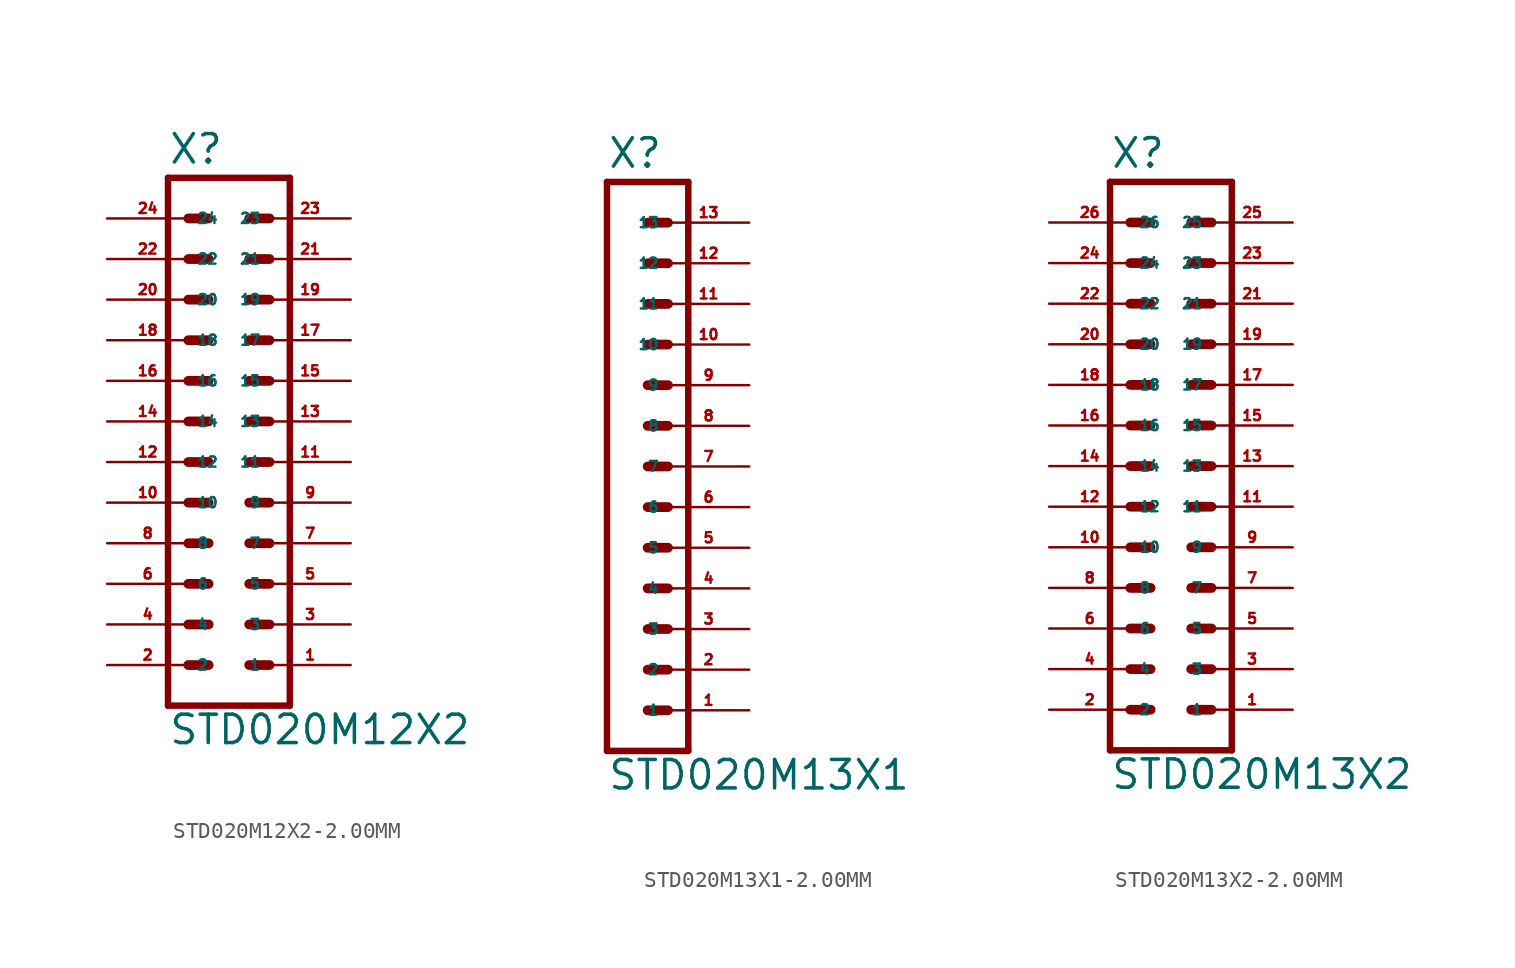
<source format=kicad_sym>
(kicad_symbol_lib
  (version 20220914)
  (generator Eagle2Kicad)
  (symbol "STD020M12X2-2.00MM"
    (property "Reference" "X"
      (at -3.81 18.542 0)
      (effects (font (size 1.778 1.778) (thickness 0.22)) (justify left bottom)))
    (property "Value" "STD020M12X2"
      (at -3.81 -17.78 0)
      (effects (font (size 1.778 1.778) (thickness 0.22)) (justify left bottom)))
    (polyline
      (pts (xy 3.81 -15.24) (xy -3.81 -15.24))
      (stroke (width 0.406) (type default))
      (fill (type none)))
    (polyline
      (pts (xy 1.27 -7.62) (xy 2.54 -7.62))
      (stroke (width 0.61) (type default))
      (fill (type none)))
    (polyline
      (pts (xy 1.27 -10.16) (xy 2.54 -10.16))
      (stroke (width 0.61) (type default))
      (fill (type none)))
    (polyline
      (pts (xy 1.27 -12.7) (xy 2.54 -12.7))
      (stroke (width 0.61) (type default))
      (fill (type none)))
    (polyline
      (pts (xy -2.54 -7.62) (xy -1.27 -7.62))
      (stroke (width 0.61) (type default))
      (fill (type none)))
    (polyline
      (pts (xy -2.54 -10.16) (xy -1.27 -10.16))
      (stroke (width 0.61) (type default))
      (fill (type none)))
    (polyline
      (pts (xy -2.54 -12.7) (xy -1.27 -12.7))
      (stroke (width 0.61) (type default))
      (fill (type none)))
    (polyline
      (pts (xy 1.27 -2.54) (xy 2.54 -2.54))
      (stroke (width 0.61) (type default))
      (fill (type none)))
    (polyline
      (pts (xy 1.27 -5.08) (xy 2.54 -5.08))
      (stroke (width 0.61) (type default))
      (fill (type none)))
    (polyline
      (pts (xy -2.54 -2.54) (xy -1.27 -2.54))
      (stroke (width 0.61) (type default))
      (fill (type none)))
    (polyline
      (pts (xy -2.54 -5.08) (xy -1.27 -5.08))
      (stroke (width 0.61) (type default))
      (fill (type none)))
    (polyline
      (pts (xy 1.27 5.08) (xy 2.54 5.08))
      (stroke (width 0.61) (type default))
      (fill (type none)))
    (polyline
      (pts (xy 1.27 2.54) (xy 2.54 2.54))
      (stroke (width 0.61) (type default))
      (fill (type none)))
    (polyline
      (pts (xy 1.27 0) (xy 2.54 0))
      (stroke (width 0.61) (type default))
      (fill (type none)))
    (polyline
      (pts (xy -2.54 5.08) (xy -1.27 5.08))
      (stroke (width 0.61) (type default))
      (fill (type none)))
    (polyline
      (pts (xy -2.54 2.54) (xy -1.27 2.54))
      (stroke (width 0.61) (type default))
      (fill (type none)))
    (polyline
      (pts (xy -2.54 0) (xy -1.27 0))
      (stroke (width 0.61) (type default))
      (fill (type none)))
    (polyline
      (pts (xy 1.27 10.16) (xy 2.54 10.16))
      (stroke (width 0.61) (type default))
      (fill (type none)))
    (polyline
      (pts (xy 1.27 7.62) (xy 2.54 7.62))
      (stroke (width 0.61) (type default))
      (fill (type none)))
    (polyline
      (pts (xy -2.54 10.16) (xy -1.27 10.16))
      (stroke (width 0.61) (type default))
      (fill (type none)))
    (polyline
      (pts (xy -2.54 7.62) (xy -1.27 7.62))
      (stroke (width 0.61) (type default))
      (fill (type none)))
    (polyline
      (pts (xy 1.27 15.24) (xy 2.54 15.24))
      (stroke (width 0.61) (type default))
      (fill (type none)))
    (polyline
      (pts (xy 1.27 12.7) (xy 2.54 12.7))
      (stroke (width 0.61) (type default))
      (fill (type none)))
    (polyline
      (pts (xy -2.54 15.24) (xy -1.27 15.24))
      (stroke (width 0.61) (type default))
      (fill (type none)))
    (polyline
      (pts (xy -2.54 12.7) (xy -1.27 12.7))
      (stroke (width 0.61) (type default))
      (fill (type none)))
    (polyline
      (pts (xy -3.81 17.78) (xy -3.81 -15.24))
      (stroke (width 0.406) (type default))
      (fill (type none)))
    (polyline
      (pts (xy 3.81 -15.24) (xy 3.81 17.78))
      (stroke (width 0.406) (type default))
      (fill (type none)))
    (polyline
      (pts (xy -3.81 17.78) (xy 3.81 17.78))
      (stroke (width 0.406) (type default))
      (fill (type none)))
    (pin passive line
      (at 7.62 -12.7 180)
      (length 5.08)
      (name "1" (effects (font (size 0.635 0.635) (thickness 0.08)) (justify left bottom)))
      (number "1" (effects (font (size 0.635 0.635) (thickness 0.08)) (justify left bottom))))
    (pin passive line
      (at 7.62 -10.16 180)
      (length 5.08)
      (name "3" (effects (font (size 0.635 0.635) (thickness 0.08)) (justify left bottom)))
      (number "3" (effects (font (size 0.635 0.635) (thickness 0.08)) (justify left bottom))))
    (pin passive line
      (at 7.62 -7.62 180)
      (length 5.08)
      (name "5" (effects (font (size 0.635 0.635) (thickness 0.08)) (justify left bottom)))
      (number "5" (effects (font (size 0.635 0.635) (thickness 0.08)) (justify left bottom))))
    (pin passive line
      (at -7.62 -12.7 0)
      (length 5.08)
      (name "2" (effects (font (size 0.635 0.635) (thickness 0.08)) (justify left bottom)))
      (number "2" (effects (font (size 0.635 0.635) (thickness 0.08)) (justify left bottom))))
    (pin passive line
      (at -7.62 -10.16 0)
      (length 5.08)
      (name "4" (effects (font (size 0.635 0.635) (thickness 0.08)) (justify left bottom)))
      (number "4" (effects (font (size 0.635 0.635) (thickness 0.08)) (justify left bottom))))
    (pin passive line
      (at -7.62 -7.62 0)
      (length 5.08)
      (name "6" (effects (font (size 0.635 0.635) (thickness 0.08)) (justify left bottom)))
      (number "6" (effects (font (size 0.635 0.635) (thickness 0.08)) (justify left bottom))))
    (pin passive line
      (at 7.62 -5.08 180)
      (length 5.08)
      (name "7" (effects (font (size 0.635 0.635) (thickness 0.08)) (justify left bottom)))
      (number "7" (effects (font (size 0.635 0.635) (thickness 0.08)) (justify left bottom))))
    (pin passive line
      (at 7.62 -2.54 180)
      (length 5.08)
      (name "9" (effects (font (size 0.635 0.635) (thickness 0.08)) (justify left bottom)))
      (number "9" (effects (font (size 0.635 0.635) (thickness 0.08)) (justify left bottom))))
    (pin passive line
      (at -7.62 -5.08 0)
      (length 5.08)
      (name "8" (effects (font (size 0.635 0.635) (thickness 0.08)) (justify left bottom)))
      (number "8" (effects (font (size 0.635 0.635) (thickness 0.08)) (justify left bottom))))
    (pin passive line
      (at -7.62 -2.54 0)
      (length 5.08)
      (name "10" (effects (font (size 0.635 0.635) (thickness 0.08)) (justify left bottom)))
      (number "10" (effects (font (size 0.635 0.635) (thickness 0.08)) (justify left bottom))))
    (pin passive line
      (at 7.62 0 180)
      (length 5.08)
      (name "11" (effects (font (size 0.635 0.635) (thickness 0.08)) (justify left bottom)))
      (number "11" (effects (font (size 0.635 0.635) (thickness 0.08)) (justify left bottom))))
    (pin passive line
      (at 7.62 2.54 180)
      (length 5.08)
      (name "13" (effects (font (size 0.635 0.635) (thickness 0.08)) (justify left bottom)))
      (number "13" (effects (font (size 0.635 0.635) (thickness 0.08)) (justify left bottom))))
    (pin passive line
      (at 7.62 5.08 180)
      (length 5.08)
      (name "15" (effects (font (size 0.635 0.635) (thickness 0.08)) (justify left bottom)))
      (number "15" (effects (font (size 0.635 0.635) (thickness 0.08)) (justify left bottom))))
    (pin passive line
      (at -7.62 0 0)
      (length 5.08)
      (name "12" (effects (font (size 0.635 0.635) (thickness 0.08)) (justify left bottom)))
      (number "12" (effects (font (size 0.635 0.635) (thickness 0.08)) (justify left bottom))))
    (pin passive line
      (at -7.62 2.54 0)
      (length 5.08)
      (name "14" (effects (font (size 0.635 0.635) (thickness 0.08)) (justify left bottom)))
      (number "14" (effects (font (size 0.635 0.635) (thickness 0.08)) (justify left bottom))))
    (pin passive line
      (at -7.62 5.08 0)
      (length 5.08)
      (name "16" (effects (font (size 0.635 0.635) (thickness 0.08)) (justify left bottom)))
      (number "16" (effects (font (size 0.635 0.635) (thickness 0.08)) (justify left bottom))))
    (pin passive line
      (at 7.62 7.62 180)
      (length 5.08)
      (name "17" (effects (font (size 0.635 0.635) (thickness 0.08)) (justify left bottom)))
      (number "17" (effects (font (size 0.635 0.635) (thickness 0.08)) (justify left bottom))))
    (pin passive line
      (at 7.62 10.16 180)
      (length 5.08)
      (name "19" (effects (font (size 0.635 0.635) (thickness 0.08)) (justify left bottom)))
      (number "19" (effects (font (size 0.635 0.635) (thickness 0.08)) (justify left bottom))))
    (pin passive line
      (at -7.62 7.62 0)
      (length 5.08)
      (name "18" (effects (font (size 0.635 0.635) (thickness 0.08)) (justify left bottom)))
      (number "18" (effects (font (size 0.635 0.635) (thickness 0.08)) (justify left bottom))))
    (pin passive line
      (at -7.62 10.16 0)
      (length 5.08)
      (name "20" (effects (font (size 0.635 0.635) (thickness 0.08)) (justify left bottom)))
      (number "20" (effects (font (size 0.635 0.635) (thickness 0.08)) (justify left bottom))))
    (pin passive line
      (at 7.62 12.7 180)
      (length 5.08)
      (name "21" (effects (font (size 0.635 0.635) (thickness 0.08)) (justify left bottom)))
      (number "21" (effects (font (size 0.635 0.635) (thickness 0.08)) (justify left bottom))))
    (pin passive line
      (at 7.62 15.24 180)
      (length 5.08)
      (name "23" (effects (font (size 0.635 0.635) (thickness 0.08)) (justify left bottom)))
      (number "23" (effects (font (size 0.635 0.635) (thickness 0.08)) (justify left bottom))))
    (pin passive line
      (at -7.62 12.7 0)
      (length 5.08)
      (name "22" (effects (font (size 0.635 0.635) (thickness 0.08)) (justify left bottom)))
      (number "22" (effects (font (size 0.635 0.635) (thickness 0.08)) (justify left bottom))))
    (pin passive line
      (at -7.62 15.24 0)
      (length 5.08)
      (name "24" (effects (font (size 0.635 0.635) (thickness 0.08)) (justify left bottom)))
      (number "24" (effects (font (size 0.635 0.635) (thickness 0.08)) (justify left bottom)))))
  (symbol "STD020M13X1-2.00MM"
    (property "Reference" "X"
      (at -1.27 18.542 0)
      (effects (font (size 1.778 1.778) (thickness 0.22)) (justify left bottom)))
    (property "Value" "STD020M13X1"
      (at -1.27 -20.32 0)
      (effects (font (size 1.778 1.778) (thickness 0.22)) (justify left bottom)))
    (polyline
      (pts (xy 3.81 -17.78) (xy -1.27 -17.78))
      (stroke (width 0.406) (type default))
      (fill (type none)))
    (polyline
      (pts (xy 1.27 -10.16) (xy 2.54 -10.16))
      (stroke (width 0.61) (type default))
      (fill (type none)))
    (polyline
      (pts (xy 1.27 -12.7) (xy 2.54 -12.7))
      (stroke (width 0.61) (type default))
      (fill (type none)))
    (polyline
      (pts (xy 1.27 -15.24) (xy 2.54 -15.24))
      (stroke (width 0.61) (type default))
      (fill (type none)))
    (polyline
      (pts (xy 1.27 -5.08) (xy 2.54 -5.08))
      (stroke (width 0.61) (type default))
      (fill (type none)))
    (polyline
      (pts (xy 1.27 -7.62) (xy 2.54 -7.62))
      (stroke (width 0.61) (type default))
      (fill (type none)))
    (polyline
      (pts (xy 1.27 2.54) (xy 2.54 2.54))
      (stroke (width 0.61) (type default))
      (fill (type none)))
    (polyline
      (pts (xy 1.27 0) (xy 2.54 0))
      (stroke (width 0.61) (type default))
      (fill (type none)))
    (polyline
      (pts (xy 1.27 -2.54) (xy 2.54 -2.54))
      (stroke (width 0.61) (type default))
      (fill (type none)))
    (polyline
      (pts (xy 1.27 7.62) (xy 2.54 7.62))
      (stroke (width 0.61) (type default))
      (fill (type none)))
    (polyline
      (pts (xy 1.27 5.08) (xy 2.54 5.08))
      (stroke (width 0.61) (type default))
      (fill (type none)))
    (polyline
      (pts (xy 1.27 15.24) (xy 2.54 15.24))
      (stroke (width 0.61) (type default))
      (fill (type none)))
    (polyline
      (pts (xy 1.27 12.7) (xy 2.54 12.7))
      (stroke (width 0.61) (type default))
      (fill (type none)))
    (polyline
      (pts (xy 1.27 10.16) (xy 2.54 10.16))
      (stroke (width 0.61) (type default))
      (fill (type none)))
    (polyline
      (pts (xy -1.27 17.78) (xy -1.27 -17.78))
      (stroke (width 0.406) (type default))
      (fill (type none)))
    (polyline
      (pts (xy 3.81 -17.78) (xy 3.81 17.78))
      (stroke (width 0.406) (type default))
      (fill (type none)))
    (polyline
      (pts (xy -1.27 17.78) (xy 3.81 17.78))
      (stroke (width 0.406) (type default))
      (fill (type none)))
    (pin passive line
      (at 7.62 -15.24 180)
      (length 5.08)
      (name "1" (effects (font (size 0.635 0.635) (thickness 0.08)) (justify left bottom)))
      (number "1" (effects (font (size 0.635 0.635) (thickness 0.08)) (justify left bottom))))
    (pin passive line
      (at 7.62 -12.7 180)
      (length 5.08)
      (name "2" (effects (font (size 0.635 0.635) (thickness 0.08)) (justify left bottom)))
      (number "2" (effects (font (size 0.635 0.635) (thickness 0.08)) (justify left bottom))))
    (pin passive line
      (at 7.62 -10.16 180)
      (length 5.08)
      (name "3" (effects (font (size 0.635 0.635) (thickness 0.08)) (justify left bottom)))
      (number "3" (effects (font (size 0.635 0.635) (thickness 0.08)) (justify left bottom))))
    (pin passive line
      (at 7.62 -7.62 180)
      (length 5.08)
      (name "4" (effects (font (size 0.635 0.635) (thickness 0.08)) (justify left bottom)))
      (number "4" (effects (font (size 0.635 0.635) (thickness 0.08)) (justify left bottom))))
    (pin passive line
      (at 7.62 -5.08 180)
      (length 5.08)
      (name "5" (effects (font (size 0.635 0.635) (thickness 0.08)) (justify left bottom)))
      (number "5" (effects (font (size 0.635 0.635) (thickness 0.08)) (justify left bottom))))
    (pin passive line
      (at 7.62 -2.54 180)
      (length 5.08)
      (name "6" (effects (font (size 0.635 0.635) (thickness 0.08)) (justify left bottom)))
      (number "6" (effects (font (size 0.635 0.635) (thickness 0.08)) (justify left bottom))))
    (pin passive line
      (at 7.62 0 180)
      (length 5.08)
      (name "7" (effects (font (size 0.635 0.635) (thickness 0.08)) (justify left bottom)))
      (number "7" (effects (font (size 0.635 0.635) (thickness 0.08)) (justify left bottom))))
    (pin passive line
      (at 7.62 2.54 180)
      (length 5.08)
      (name "8" (effects (font (size 0.635 0.635) (thickness 0.08)) (justify left bottom)))
      (number "8" (effects (font (size 0.635 0.635) (thickness 0.08)) (justify left bottom))))
    (pin passive line
      (at 7.62 5.08 180)
      (length 5.08)
      (name "9" (effects (font (size 0.635 0.635) (thickness 0.08)) (justify left bottom)))
      (number "9" (effects (font (size 0.635 0.635) (thickness 0.08)) (justify left bottom))))
    (pin passive line
      (at 7.62 7.62 180)
      (length 5.08)
      (name "10" (effects (font (size 0.635 0.635) (thickness 0.08)) (justify left bottom)))
      (number "10" (effects (font (size 0.635 0.635) (thickness 0.08)) (justify left bottom))))
    (pin passive line
      (at 7.62 10.16 180)
      (length 5.08)
      (name "11" (effects (font (size 0.635 0.635) (thickness 0.08)) (justify left bottom)))
      (number "11" (effects (font (size 0.635 0.635) (thickness 0.08)) (justify left bottom))))
    (pin passive line
      (at 7.62 12.7 180)
      (length 5.08)
      (name "12" (effects (font (size 0.635 0.635) (thickness 0.08)) (justify left bottom)))
      (number "12" (effects (font (size 0.635 0.635) (thickness 0.08)) (justify left bottom))))
    (pin passive line
      (at 7.62 15.24 180)
      (length 5.08)
      (name "13" (effects (font (size 0.635 0.635) (thickness 0.08)) (justify left bottom)))
      (number "13" (effects (font (size 0.635 0.635) (thickness 0.08)) (justify left bottom)))))
  (symbol "STD020M13X2-2.00MM"
    (property "Reference" "X"
      (at -3.81 18.542 0)
      (effects (font (size 1.778 1.778) (thickness 0.22)) (justify left bottom)))
    (property "Value" "STD020M13X2"
      (at -3.81 -20.32 0)
      (effects (font (size 1.778 1.778) (thickness 0.22)) (justify left bottom)))
    (polyline
      (pts (xy 3.81 -17.78) (xy -3.81 -17.78))
      (stroke (width 0.406) (type default))
      (fill (type none)))
    (polyline
      (pts (xy 1.27 -10.16) (xy 2.54 -10.16))
      (stroke (width 0.61) (type default))
      (fill (type none)))
    (polyline
      (pts (xy 1.27 -12.7) (xy 2.54 -12.7))
      (stroke (width 0.61) (type default))
      (fill (type none)))
    (polyline
      (pts (xy 1.27 -15.24) (xy 2.54 -15.24))
      (stroke (width 0.61) (type default))
      (fill (type none)))
    (polyline
      (pts (xy -2.54 -10.16) (xy -1.27 -10.16))
      (stroke (width 0.61) (type default))
      (fill (type none)))
    (polyline
      (pts (xy -2.54 -12.7) (xy -1.27 -12.7))
      (stroke (width 0.61) (type default))
      (fill (type none)))
    (polyline
      (pts (xy -2.54 -15.24) (xy -1.27 -15.24))
      (stroke (width 0.61) (type default))
      (fill (type none)))
    (polyline
      (pts (xy 1.27 -5.08) (xy 2.54 -5.08))
      (stroke (width 0.61) (type default))
      (fill (type none)))
    (polyline
      (pts (xy 1.27 -7.62) (xy 2.54 -7.62))
      (stroke (width 0.61) (type default))
      (fill (type none)))
    (polyline
      (pts (xy -2.54 -5.08) (xy -1.27 -5.08))
      (stroke (width 0.61) (type default))
      (fill (type none)))
    (polyline
      (pts (xy -2.54 -7.62) (xy -1.27 -7.62))
      (stroke (width 0.61) (type default))
      (fill (type none)))
    (polyline
      (pts (xy 1.27 2.54) (xy 2.54 2.54))
      (stroke (width 0.61) (type default))
      (fill (type none)))
    (polyline
      (pts (xy 1.27 0) (xy 2.54 0))
      (stroke (width 0.61) (type default))
      (fill (type none)))
    (polyline
      (pts (xy 1.27 -2.54) (xy 2.54 -2.54))
      (stroke (width 0.61) (type default))
      (fill (type none)))
    (polyline
      (pts (xy -2.54 2.54) (xy -1.27 2.54))
      (stroke (width 0.61) (type default))
      (fill (type none)))
    (polyline
      (pts (xy -2.54 0) (xy -1.27 0))
      (stroke (width 0.61) (type default))
      (fill (type none)))
    (polyline
      (pts (xy -2.54 -2.54) (xy -1.27 -2.54))
      (stroke (width 0.61) (type default))
      (fill (type none)))
    (polyline
      (pts (xy 1.27 7.62) (xy 2.54 7.62))
      (stroke (width 0.61) (type default))
      (fill (type none)))
    (polyline
      (pts (xy 1.27 5.08) (xy 2.54 5.08))
      (stroke (width 0.61) (type default))
      (fill (type none)))
    (polyline
      (pts (xy -2.54 7.62) (xy -1.27 7.62))
      (stroke (width 0.61) (type default))
      (fill (type none)))
    (polyline
      (pts (xy -2.54 5.08) (xy -1.27 5.08))
      (stroke (width 0.61) (type default))
      (fill (type none)))
    (polyline
      (pts (xy 1.27 15.24) (xy 2.54 15.24))
      (stroke (width 0.61) (type default))
      (fill (type none)))
    (polyline
      (pts (xy 1.27 12.7) (xy 2.54 12.7))
      (stroke (width 0.61) (type default))
      (fill (type none)))
    (polyline
      (pts (xy 1.27 10.16) (xy 2.54 10.16))
      (stroke (width 0.61) (type default))
      (fill (type none)))
    (polyline
      (pts (xy -2.54 15.24) (xy -1.27 15.24))
      (stroke (width 0.61) (type default))
      (fill (type none)))
    (polyline
      (pts (xy -2.54 12.7) (xy -1.27 12.7))
      (stroke (width 0.61) (type default))
      (fill (type none)))
    (polyline
      (pts (xy -2.54 10.16) (xy -1.27 10.16))
      (stroke (width 0.61) (type default))
      (fill (type none)))
    (polyline
      (pts (xy -3.81 17.78) (xy -3.81 -17.78))
      (stroke (width 0.406) (type default))
      (fill (type none)))
    (polyline
      (pts (xy 3.81 -17.78) (xy 3.81 17.78))
      (stroke (width 0.406) (type default))
      (fill (type none)))
    (polyline
      (pts (xy -3.81 17.78) (xy 3.81 17.78))
      (stroke (width 0.406) (type default))
      (fill (type none)))
    (pin passive line
      (at 7.62 -15.24 180)
      (length 5.08)
      (name "1" (effects (font (size 0.635 0.635) (thickness 0.08)) (justify left bottom)))
      (number "1" (effects (font (size 0.635 0.635) (thickness 0.08)) (justify left bottom))))
    (pin passive line
      (at 7.62 -12.7 180)
      (length 5.08)
      (name "3" (effects (font (size 0.635 0.635) (thickness 0.08)) (justify left bottom)))
      (number "3" (effects (font (size 0.635 0.635) (thickness 0.08)) (justify left bottom))))
    (pin passive line
      (at 7.62 -10.16 180)
      (length 5.08)
      (name "5" (effects (font (size 0.635 0.635) (thickness 0.08)) (justify left bottom)))
      (number "5" (effects (font (size 0.635 0.635) (thickness 0.08)) (justify left bottom))))
    (pin passive line
      (at -7.62 -15.24 0)
      (length 5.08)
      (name "2" (effects (font (size 0.635 0.635) (thickness 0.08)) (justify left bottom)))
      (number "2" (effects (font (size 0.635 0.635) (thickness 0.08)) (justify left bottom))))
    (pin passive line
      (at -7.62 -12.7 0)
      (length 5.08)
      (name "4" (effects (font (size 0.635 0.635) (thickness 0.08)) (justify left bottom)))
      (number "4" (effects (font (size 0.635 0.635) (thickness 0.08)) (justify left bottom))))
    (pin passive line
      (at -7.62 -10.16 0)
      (length 5.08)
      (name "6" (effects (font (size 0.635 0.635) (thickness 0.08)) (justify left bottom)))
      (number "6" (effects (font (size 0.635 0.635) (thickness 0.08)) (justify left bottom))))
    (pin passive line
      (at 7.62 -7.62 180)
      (length 5.08)
      (name "7" (effects (font (size 0.635 0.635) (thickness 0.08)) (justify left bottom)))
      (number "7" (effects (font (size 0.635 0.635) (thickness 0.08)) (justify left bottom))))
    (pin passive line
      (at 7.62 -5.08 180)
      (length 5.08)
      (name "9" (effects (font (size 0.635 0.635) (thickness 0.08)) (justify left bottom)))
      (number "9" (effects (font (size 0.635 0.635) (thickness 0.08)) (justify left bottom))))
    (pin passive line
      (at -7.62 -7.62 0)
      (length 5.08)
      (name "8" (effects (font (size 0.635 0.635) (thickness 0.08)) (justify left bottom)))
      (number "8" (effects (font (size 0.635 0.635) (thickness 0.08)) (justify left bottom))))
    (pin passive line
      (at -7.62 -5.08 0)
      (length 5.08)
      (name "10" (effects (font (size 0.635 0.635) (thickness 0.08)) (justify left bottom)))
      (number "10" (effects (font (size 0.635 0.635) (thickness 0.08)) (justify left bottom))))
    (pin passive line
      (at 7.62 -2.54 180)
      (length 5.08)
      (name "11" (effects (font (size 0.635 0.635) (thickness 0.08)) (justify left bottom)))
      (number "11" (effects (font (size 0.635 0.635) (thickness 0.08)) (justify left bottom))))
    (pin passive line
      (at 7.62 0 180)
      (length 5.08)
      (name "13" (effects (font (size 0.635 0.635) (thickness 0.08)) (justify left bottom)))
      (number "13" (effects (font (size 0.635 0.635) (thickness 0.08)) (justify left bottom))))
    (pin passive line
      (at 7.62 2.54 180)
      (length 5.08)
      (name "15" (effects (font (size 0.635 0.635) (thickness 0.08)) (justify left bottom)))
      (number "15" (effects (font (size 0.635 0.635) (thickness 0.08)) (justify left bottom))))
    (pin passive line
      (at -7.62 -2.54 0)
      (length 5.08)
      (name "12" (effects (font (size 0.635 0.635) (thickness 0.08)) (justify left bottom)))
      (number "12" (effects (font (size 0.635 0.635) (thickness 0.08)) (justify left bottom))))
    (pin passive line
      (at -7.62 0 0)
      (length 5.08)
      (name "14" (effects (font (size 0.635 0.635) (thickness 0.08)) (justify left bottom)))
      (number "14" (effects (font (size 0.635 0.635) (thickness 0.08)) (justify left bottom))))
    (pin passive line
      (at -7.62 2.54 0)
      (length 5.08)
      (name "16" (effects (font (size 0.635 0.635) (thickness 0.08)) (justify left bottom)))
      (number "16" (effects (font (size 0.635 0.635) (thickness 0.08)) (justify left bottom))))
    (pin passive line
      (at 7.62 5.08 180)
      (length 5.08)
      (name "17" (effects (font (size 0.635 0.635) (thickness 0.08)) (justify left bottom)))
      (number "17" (effects (font (size 0.635 0.635) (thickness 0.08)) (justify left bottom))))
    (pin passive line
      (at 7.62 7.62 180)
      (length 5.08)
      (name "19" (effects (font (size 0.635 0.635) (thickness 0.08)) (justify left bottom)))
      (number "19" (effects (font (size 0.635 0.635) (thickness 0.08)) (justify left bottom))))
    (pin passive line
      (at -7.62 5.08 0)
      (length 5.08)
      (name "18" (effects (font (size 0.635 0.635) (thickness 0.08)) (justify left bottom)))
      (number "18" (effects (font (size 0.635 0.635) (thickness 0.08)) (justify left bottom))))
    (pin passive line
      (at -7.62 7.62 0)
      (length 5.08)
      (name "20" (effects (font (size 0.635 0.635) (thickness 0.08)) (justify left bottom)))
      (number "20" (effects (font (size 0.635 0.635) (thickness 0.08)) (justify left bottom))))
    (pin passive line
      (at 7.62 10.16 180)
      (length 5.08)
      (name "21" (effects (font (size 0.635 0.635) (thickness 0.08)) (justify left bottom)))
      (number "21" (effects (font (size 0.635 0.635) (thickness 0.08)) (justify left bottom))))
    (pin passive line
      (at 7.62 12.7 180)
      (length 5.08)
      (name "23" (effects (font (size 0.635 0.635) (thickness 0.08)) (justify left bottom)))
      (number "23" (effects (font (size 0.635 0.635) (thickness 0.08)) (justify left bottom))))
    (pin passive line
      (at 7.62 15.24 180)
      (length 5.08)
      (name "25" (effects (font (size 0.635 0.635) (thickness 0.08)) (justify left bottom)))
      (number "25" (effects (font (size 0.635 0.635) (thickness 0.08)) (justify left bottom))))
    (pin passive line
      (at -7.62 10.16 0)
      (length 5.08)
      (name "22" (effects (font (size 0.635 0.635) (thickness 0.08)) (justify left bottom)))
      (number "22" (effects (font (size 0.635 0.635) (thickness 0.08)) (justify left bottom))))
    (pin passive line
      (at -7.62 12.7 0)
      (length 5.08)
      (name "24" (effects (font (size 0.635 0.635) (thickness 0.08)) (justify left bottom)))
      (number "24" (effects (font (size 0.635 0.635) (thickness 0.08)) (justify left bottom))))
    (pin passive line
      (at -7.62 15.24 0)
      (length 5.08)
      (name "26" (effects (font (size 0.635 0.635) (thickness 0.08)) (justify left bottom)))
      (number "26" (effects (font (size 0.635 0.635) (thickness 0.08)) (justify left bottom))))))
</source>
